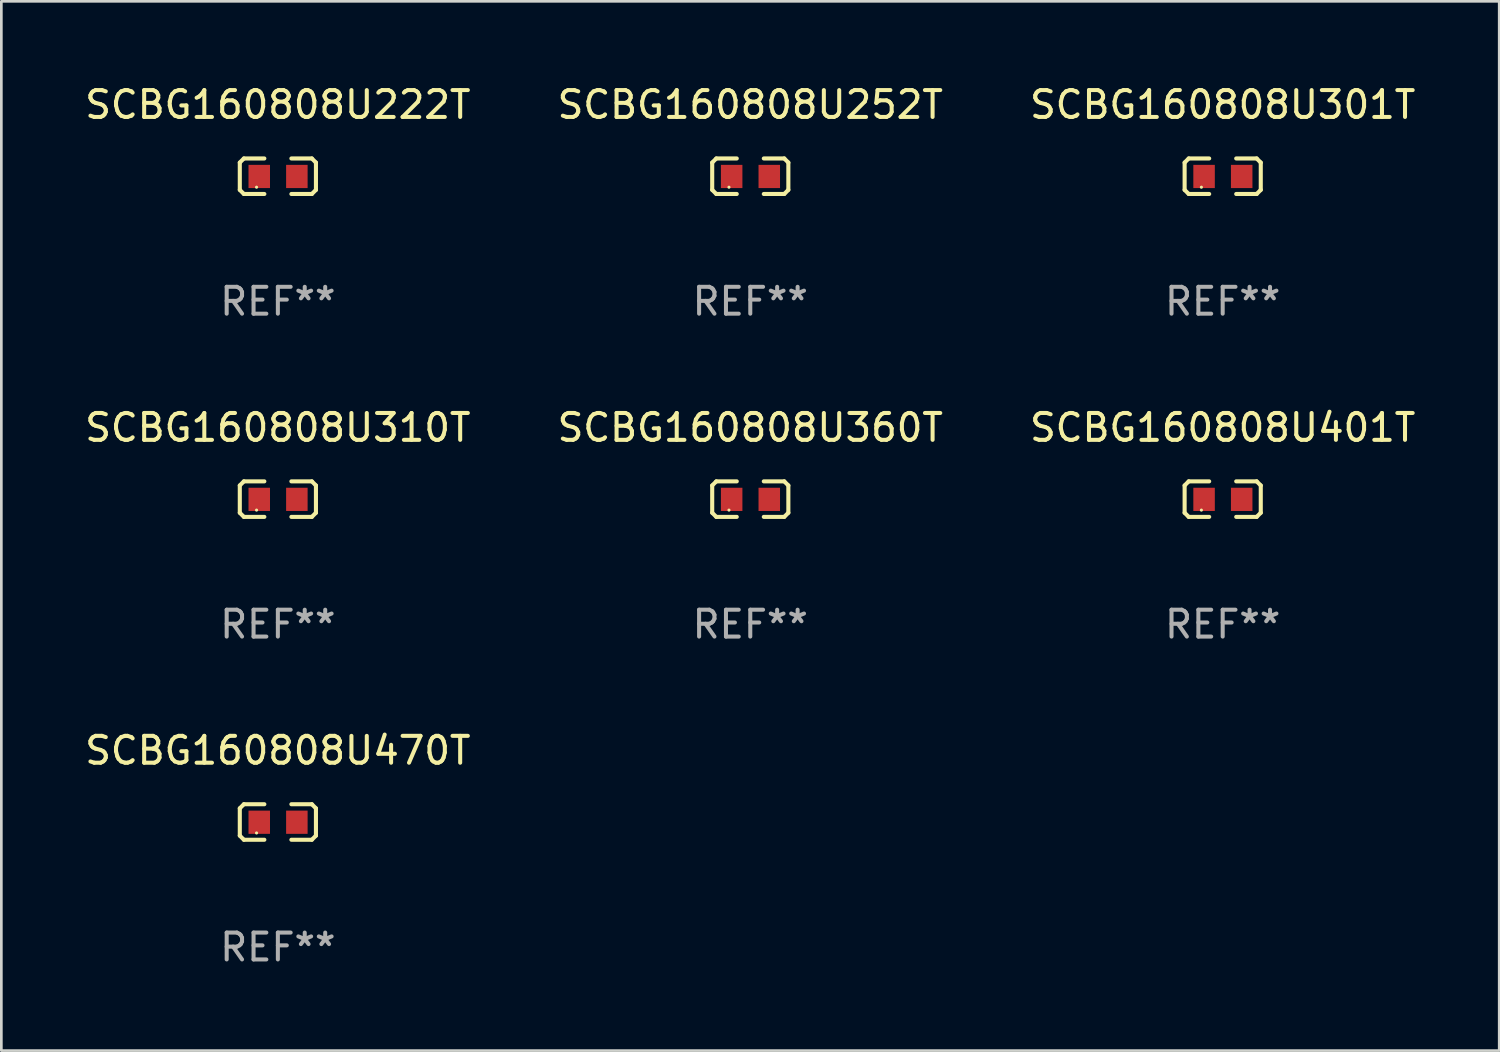
<source format=kicad_pcb>
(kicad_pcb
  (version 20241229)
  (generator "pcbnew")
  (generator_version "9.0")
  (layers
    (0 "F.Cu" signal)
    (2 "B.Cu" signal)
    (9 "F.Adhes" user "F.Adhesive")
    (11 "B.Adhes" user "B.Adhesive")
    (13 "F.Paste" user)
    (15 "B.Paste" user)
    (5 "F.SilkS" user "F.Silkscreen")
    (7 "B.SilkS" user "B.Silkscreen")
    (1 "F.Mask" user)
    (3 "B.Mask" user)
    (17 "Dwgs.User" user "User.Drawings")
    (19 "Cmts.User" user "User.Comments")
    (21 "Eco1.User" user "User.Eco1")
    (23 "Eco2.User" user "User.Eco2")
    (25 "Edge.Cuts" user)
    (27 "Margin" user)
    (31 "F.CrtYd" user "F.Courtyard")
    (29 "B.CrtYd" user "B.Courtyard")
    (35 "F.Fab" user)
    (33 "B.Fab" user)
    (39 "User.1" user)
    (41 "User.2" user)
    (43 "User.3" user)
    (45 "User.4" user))
  (footprint "SCBG160808U470T"
    (layer "F.Cu")
    (at 7.292 27.544)
    (property "Reference" "SCBG160808U470T" (at 0 -2.661 0) (layer "F.SilkS") (effects (font (size 1 1) (thickness 0.15))))
    (attr through_hole)
    (fp_line (start -1.417 -0.508) (end -1.265 -0.661) (stroke (width 0.152) (type solid)) (layer "F.SilkS"))
    (fp_line (start -1.417 0.508) (end -1.417 -0.508) (stroke (width 0.152) (type solid)) (layer "F.SilkS"))
    (fp_line (start -1.265 -0.661) (end -0.503 -0.661) (stroke (width 0.152) (type solid)) (layer "F.SilkS"))
    (fp_line (start -1.265 0.661) (end -1.417 0.508) (stroke (width 0.152) (type solid)) (layer "F.SilkS"))
    (fp_line (start -1.265 0.661) (end -0.503 0.661) (stroke (width 0.152) (type solid)) (layer "F.SilkS"))
    (fp_line (start 1.265 -0.661) (end 0.503 -0.661) (stroke (width 0.152) (type solid)) (layer "F.SilkS"))
    (fp_line (start 1.265 -0.661) (end 1.417 -0.508) (stroke (width 0.152) (type solid)) (layer "F.SilkS"))
    (fp_line (start 1.265 0.661) (end 0.503 0.661) (stroke (width 0.152) (type solid)) (layer "F.SilkS"))
    (fp_line (start 1.417 -0.508) (end 1.417 0.508) (stroke (width 0.152) (type solid)) (layer "F.SilkS"))
    (fp_line (start 1.417 0.508) (end 1.265 0.661) (stroke (width 0.152) (type solid)) (layer "F.SilkS"))
    (fp_circle (center -0.793 0.409) (end -0.763 0.409) (stroke (width 0.06) (type solid)) (fill no) (layer "F.SilkS"))
    (fp_text user "REF**" (at 0 4.661 0) (layer "F.Fab") (effects (font (size 1 1) (thickness 0.15))))
    (pad "1" smd rect (at -0.693 0.009 180) (size 0.8 0.864) (layers "F.Cu" "F.Mask" "F.Paste"))
    (pad "2" smd rect (at 0.707 0.009 180) (size 0.8 0.864) (layers "F.Cu" "F.Mask" "F.Paste")))
  (footprint "SCBG160808U401T"
    (layer "F.Cu")
    (at 42.458 15.527)
    (property "Reference" "SCBG160808U401T" (at 0 -2.661 0) (layer "F.SilkS") (effects (font (size 1 1) (thickness 0.15))))
    (attr through_hole)
    (fp_line (start -1.417 -0.508) (end -1.265 -0.661) (stroke (width 0.152) (type solid)) (layer "F.SilkS"))
    (fp_line (start -1.417 0.508) (end -1.417 -0.508) (stroke (width 0.152) (type solid)) (layer "F.SilkS"))
    (fp_line (start -1.265 -0.661) (end -0.503 -0.661) (stroke (width 0.152) (type solid)) (layer "F.SilkS"))
    (fp_line (start -1.265 0.661) (end -1.417 0.508) (stroke (width 0.152) (type solid)) (layer "F.SilkS"))
    (fp_line (start -1.265 0.661) (end -0.503 0.661) (stroke (width 0.152) (type solid)) (layer "F.SilkS"))
    (fp_line (start 1.265 -0.661) (end 0.503 -0.661) (stroke (width 0.152) (type solid)) (layer "F.SilkS"))
    (fp_line (start 1.265 -0.661) (end 1.417 -0.508) (stroke (width 0.152) (type solid)) (layer "F.SilkS"))
    (fp_line (start 1.265 0.661) (end 0.503 0.661) (stroke (width 0.152) (type solid)) (layer "F.SilkS"))
    (fp_line (start 1.417 -0.508) (end 1.417 0.508) (stroke (width 0.152) (type solid)) (layer "F.SilkS"))
    (fp_line (start 1.417 0.508) (end 1.265 0.661) (stroke (width 0.152) (type solid)) (layer "F.SilkS"))
    (fp_circle (center -0.793 0.409) (end -0.763 0.409) (stroke (width 0.06) (type solid)) (fill no) (layer "F.SilkS"))
    (fp_text user "REF**" (at 0 4.661 0) (layer "F.Fab") (effects (font (size 1 1) (thickness 0.15))))
    (pad "1" smd rect (at -0.693 0.009 180) (size 0.8 0.864) (layers "F.Cu" "F.Mask" "F.Paste"))
    (pad "2" smd rect (at 0.707 0.009 180) (size 0.8 0.864) (layers "F.Cu" "F.Mask" "F.Paste")))
  (footprint "SCBG160808U222T"
    (layer "F.Cu")
    (at 7.292 3.509)
    (property "Reference" "SCBG160808U222T" (at 0 -2.661 0) (layer "F.SilkS") (effects (font (size 1 1) (thickness 0.15))))
    (attr through_hole)
    (fp_line (start -1.417 -0.508) (end -1.265 -0.661) (stroke (width 0.152) (type solid)) (layer "F.SilkS"))
    (fp_line (start -1.417 0.508) (end -1.417 -0.508) (stroke (width 0.152) (type solid)) (layer "F.SilkS"))
    (fp_line (start -1.265 -0.661) (end -0.503 -0.661) (stroke (width 0.152) (type solid)) (layer "F.SilkS"))
    (fp_line (start -1.265 0.661) (end -1.417 0.508) (stroke (width 0.152) (type solid)) (layer "F.SilkS"))
    (fp_line (start -1.265 0.661) (end -0.503 0.661) (stroke (width 0.152) (type solid)) (layer "F.SilkS"))
    (fp_line (start 1.265 -0.661) (end 0.503 -0.661) (stroke (width 0.152) (type solid)) (layer "F.SilkS"))
    (fp_line (start 1.265 -0.661) (end 1.417 -0.508) (stroke (width 0.152) (type solid)) (layer "F.SilkS"))
    (fp_line (start 1.265 0.661) (end 0.503 0.661) (stroke (width 0.152) (type solid)) (layer "F.SilkS"))
    (fp_line (start 1.417 -0.508) (end 1.417 0.508) (stroke (width 0.152) (type solid)) (layer "F.SilkS"))
    (fp_line (start 1.417 0.508) (end 1.265 0.661) (stroke (width 0.152) (type solid)) (layer "F.SilkS"))
    (fp_circle (center -0.793 0.409) (end -0.763 0.409) (stroke (width 0.06) (type solid)) (fill no) (layer "F.SilkS"))
    (fp_text user "REF**" (at 0 4.661 0) (layer "F.Fab") (effects (font (size 1 1) (thickness 0.15))))
    (pad "1" smd rect (at -0.693 0.009 180) (size 0.8 0.864) (layers "F.Cu" "F.Mask" "F.Paste"))
    (pad "2" smd rect (at 0.707 0.009 180) (size 0.8 0.864) (layers "F.Cu" "F.Mask" "F.Paste")))
  (footprint "SCBG160808U310T"
    (layer "F.Cu")
    (at 7.292 15.527)
    (property "Reference" "SCBG160808U310T" (at 0 -2.661 0) (layer "F.SilkS") (effects (font (size 1 1) (thickness 0.15))))
    (attr through_hole)
    (fp_line (start -1.417 -0.508) (end -1.265 -0.661) (stroke (width 0.152) (type solid)) (layer "F.SilkS"))
    (fp_line (start -1.417 0.508) (end -1.417 -0.508) (stroke (width 0.152) (type solid)) (layer "F.SilkS"))
    (fp_line (start -1.265 -0.661) (end -0.503 -0.661) (stroke (width 0.152) (type solid)) (layer "F.SilkS"))
    (fp_line (start -1.265 0.661) (end -1.417 0.508) (stroke (width 0.152) (type solid)) (layer "F.SilkS"))
    (fp_line (start -1.265 0.661) (end -0.503 0.661) (stroke (width 0.152) (type solid)) (layer "F.SilkS"))
    (fp_line (start 1.265 -0.661) (end 0.503 -0.661) (stroke (width 0.152) (type solid)) (layer "F.SilkS"))
    (fp_line (start 1.265 -0.661) (end 1.417 -0.508) (stroke (width 0.152) (type solid)) (layer "F.SilkS"))
    (fp_line (start 1.265 0.661) (end 0.503 0.661) (stroke (width 0.152) (type solid)) (layer "F.SilkS"))
    (fp_line (start 1.417 -0.508) (end 1.417 0.508) (stroke (width 0.152) (type solid)) (layer "F.SilkS"))
    (fp_line (start 1.417 0.508) (end 1.265 0.661) (stroke (width 0.152) (type solid)) (layer "F.SilkS"))
    (fp_circle (center -0.793 0.409) (end -0.763 0.409) (stroke (width 0.06) (type solid)) (fill no) (layer "F.SilkS"))
    (fp_text user "REF**" (at 0 4.661 0) (layer "F.Fab") (effects (font (size 1 1) (thickness 0.15))))
    (pad "1" smd rect (at -0.693 0.009 180) (size 0.8 0.864) (layers "F.Cu" "F.Mask" "F.Paste"))
    (pad "2" smd rect (at 0.707 0.009 180) (size 0.8 0.864) (layers "F.Cu" "F.Mask" "F.Paste")))
  (footprint "SCBG160808U360T"
    (layer "F.Cu")
    (at 24.875 15.527)
    (property "Reference" "SCBG160808U360T" (at 0 -2.661 0) (layer "F.SilkS") (effects (font (size 1 1) (thickness 0.15))))
    (attr through_hole)
    (fp_line (start -1.417 -0.508) (end -1.265 -0.661) (stroke (width 0.152) (type solid)) (layer "F.SilkS"))
    (fp_line (start -1.417 0.508) (end -1.417 -0.508) (stroke (width 0.152) (type solid)) (layer "F.SilkS"))
    (fp_line (start -1.265 -0.661) (end -0.503 -0.661) (stroke (width 0.152) (type solid)) (layer "F.SilkS"))
    (fp_line (start -1.265 0.661) (end -1.417 0.508) (stroke (width 0.152) (type solid)) (layer "F.SilkS"))
    (fp_line (start -1.265 0.661) (end -0.503 0.661) (stroke (width 0.152) (type solid)) (layer "F.SilkS"))
    (fp_line (start 1.265 -0.661) (end 0.503 -0.661) (stroke (width 0.152) (type solid)) (layer "F.SilkS"))
    (fp_line (start 1.265 -0.661) (end 1.417 -0.508) (stroke (width 0.152) (type solid)) (layer "F.SilkS"))
    (fp_line (start 1.265 0.661) (end 0.503 0.661) (stroke (width 0.152) (type solid)) (layer "F.SilkS"))
    (fp_line (start 1.417 -0.508) (end 1.417 0.508) (stroke (width 0.152) (type solid)) (layer "F.SilkS"))
    (fp_line (start 1.417 0.508) (end 1.265 0.661) (stroke (width 0.152) (type solid)) (layer "F.SilkS"))
    (fp_circle (center -0.793 0.409) (end -0.763 0.409) (stroke (width 0.06) (type solid)) (fill no) (layer "F.SilkS"))
    (fp_text user "REF**" (at 0 4.661 0) (layer "F.Fab") (effects (font (size 1 1) (thickness 0.15))))
    (pad "1" smd rect (at -0.693 0.009 180) (size 0.8 0.864) (layers "F.Cu" "F.Mask" "F.Paste"))
    (pad "2" smd rect (at 0.707 0.009 180) (size 0.8 0.864) (layers "F.Cu" "F.Mask" "F.Paste")))
  (footprint "SCBG160808U301T"
    (layer "F.Cu")
    (at 42.458 3.509)
    (property "Reference" "SCBG160808U301T" (at 0 -2.661 0) (layer "F.SilkS") (effects (font (size 1 1) (thickness 0.15))))
    (attr through_hole)
    (fp_line (start -1.417 -0.508) (end -1.265 -0.661) (stroke (width 0.152) (type solid)) (layer "F.SilkS"))
    (fp_line (start -1.417 0.508) (end -1.417 -0.508) (stroke (width 0.152) (type solid)) (layer "F.SilkS"))
    (fp_line (start -1.265 -0.661) (end -0.503 -0.661) (stroke (width 0.152) (type solid)) (layer "F.SilkS"))
    (fp_line (start -1.265 0.661) (end -1.417 0.508) (stroke (width 0.152) (type solid)) (layer "F.SilkS"))
    (fp_line (start -1.265 0.661) (end -0.503 0.661) (stroke (width 0.152) (type solid)) (layer "F.SilkS"))
    (fp_line (start 1.265 -0.661) (end 0.503 -0.661) (stroke (width 0.152) (type solid)) (layer "F.SilkS"))
    (fp_line (start 1.265 -0.661) (end 1.417 -0.508) (stroke (width 0.152) (type solid)) (layer "F.SilkS"))
    (fp_line (start 1.265 0.661) (end 0.503 0.661) (stroke (width 0.152) (type solid)) (layer "F.SilkS"))
    (fp_line (start 1.417 -0.508) (end 1.417 0.508) (stroke (width 0.152) (type solid)) (layer "F.SilkS"))
    (fp_line (start 1.417 0.508) (end 1.265 0.661) (stroke (width 0.152) (type solid)) (layer "F.SilkS"))
    (fp_circle (center -0.793 0.409) (end -0.763 0.409) (stroke (width 0.06) (type solid)) (fill no) (layer "F.SilkS"))
    (fp_text user "REF**" (at 0 4.661 0) (layer "F.Fab") (effects (font (size 1 1) (thickness 0.15))))
    (pad "1" smd rect (at -0.693 0.009 180) (size 0.8 0.864) (layers "F.Cu" "F.Mask" "F.Paste"))
    (pad "2" smd rect (at 0.707 0.009 180) (size 0.8 0.864) (layers "F.Cu" "F.Mask" "F.Paste")))
  (footprint "SCBG160808U252T"
    (layer "F.Cu")
    (at 24.875 3.509)
    (property "Reference" "SCBG160808U252T" (at 0 -2.661 0) (layer "F.SilkS") (effects (font (size 1 1) (thickness 0.15))))
    (attr through_hole)
    (fp_line (start -1.417 -0.508) (end -1.265 -0.661) (stroke (width 0.152) (type solid)) (layer "F.SilkS"))
    (fp_line (start -1.417 0.508) (end -1.417 -0.508) (stroke (width 0.152) (type solid)) (layer "F.SilkS"))
    (fp_line (start -1.265 -0.661) (end -0.503 -0.661) (stroke (width 0.152) (type solid)) (layer "F.SilkS"))
    (fp_line (start -1.265 0.661) (end -1.417 0.508) (stroke (width 0.152) (type solid)) (layer "F.SilkS"))
    (fp_line (start -1.265 0.661) (end -0.503 0.661) (stroke (width 0.152) (type solid)) (layer "F.SilkS"))
    (fp_line (start 1.265 -0.661) (end 0.503 -0.661) (stroke (width 0.152) (type solid)) (layer "F.SilkS"))
    (fp_line (start 1.265 -0.661) (end 1.417 -0.508) (stroke (width 0.152) (type solid)) (layer "F.SilkS"))
    (fp_line (start 1.265 0.661) (end 0.503 0.661) (stroke (width 0.152) (type solid)) (layer "F.SilkS"))
    (fp_line (start 1.417 -0.508) (end 1.417 0.508) (stroke (width 0.152) (type solid)) (layer "F.SilkS"))
    (fp_line (start 1.417 0.508) (end 1.265 0.661) (stroke (width 0.152) (type solid)) (layer "F.SilkS"))
    (fp_circle (center -0.793 0.409) (end -0.763 0.409) (stroke (width 0.06) (type solid)) (fill no) (layer "F.SilkS"))
    (fp_text user "REF**" (at 0 4.661 0) (layer "F.Fab") (effects (font (size 1 1) (thickness 0.15))))
    (pad "1" smd rect (at -0.693 0.009 180) (size 0.8 0.864) (layers "F.Cu" "F.Mask" "F.Paste"))
    (pad "2" smd rect (at 0.707 0.009 180) (size 0.8 0.864) (layers "F.Cu" "F.Mask" "F.Paste")))
  (gr_rect
    (start -3 -3)
    (end 52.75 36.053)
    (stroke (width 0.1) (type default))
    (fill no)
    (layer "Edge.Cuts")))
</source>
